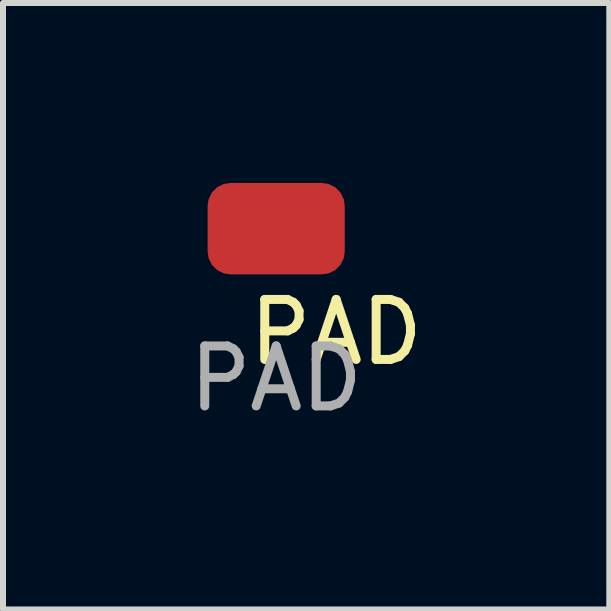
<source format=kicad_pcb>
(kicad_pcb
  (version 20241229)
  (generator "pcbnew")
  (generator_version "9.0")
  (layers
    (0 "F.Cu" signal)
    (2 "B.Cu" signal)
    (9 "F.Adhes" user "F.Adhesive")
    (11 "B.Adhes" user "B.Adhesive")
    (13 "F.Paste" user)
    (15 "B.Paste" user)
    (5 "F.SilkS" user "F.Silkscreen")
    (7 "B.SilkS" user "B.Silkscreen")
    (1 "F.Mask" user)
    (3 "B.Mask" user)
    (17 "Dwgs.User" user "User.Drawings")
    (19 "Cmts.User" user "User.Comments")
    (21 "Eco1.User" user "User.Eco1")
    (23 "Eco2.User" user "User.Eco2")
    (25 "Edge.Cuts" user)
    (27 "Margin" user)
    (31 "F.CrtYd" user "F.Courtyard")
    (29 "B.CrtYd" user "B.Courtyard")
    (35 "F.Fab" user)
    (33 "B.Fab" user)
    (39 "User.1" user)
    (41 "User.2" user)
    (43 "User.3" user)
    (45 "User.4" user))
  (footprint "PAD"
    (layer "F.Cu")
    (at 1.554 0.762)
    (property "Reference" "PAD" (at 1 1.725 0) (unlocked yes) (layer "F.SilkS") (effects (font (size 1 1) (thickness 0.15))))
    (attr smd)
    (fp_text user "${REFERENCE}" (at 0 2.5 0) (unlocked yes) (layer "F.Fab") (effects (font (size 1 1) (thickness 0.15))))
    (pad "1" smd roundrect (at 0 0) (size 2.286 1.524) (layers "F.Cu" "F.Mask" "F.Paste") (roundrect_rratio 0.25)))
  (gr_rect
    (start -3 -3)
    (end 7.107 7.11)
    (stroke (width 0.1) (type default))
    (fill no)
    (layer "Edge.Cuts")))
</source>
